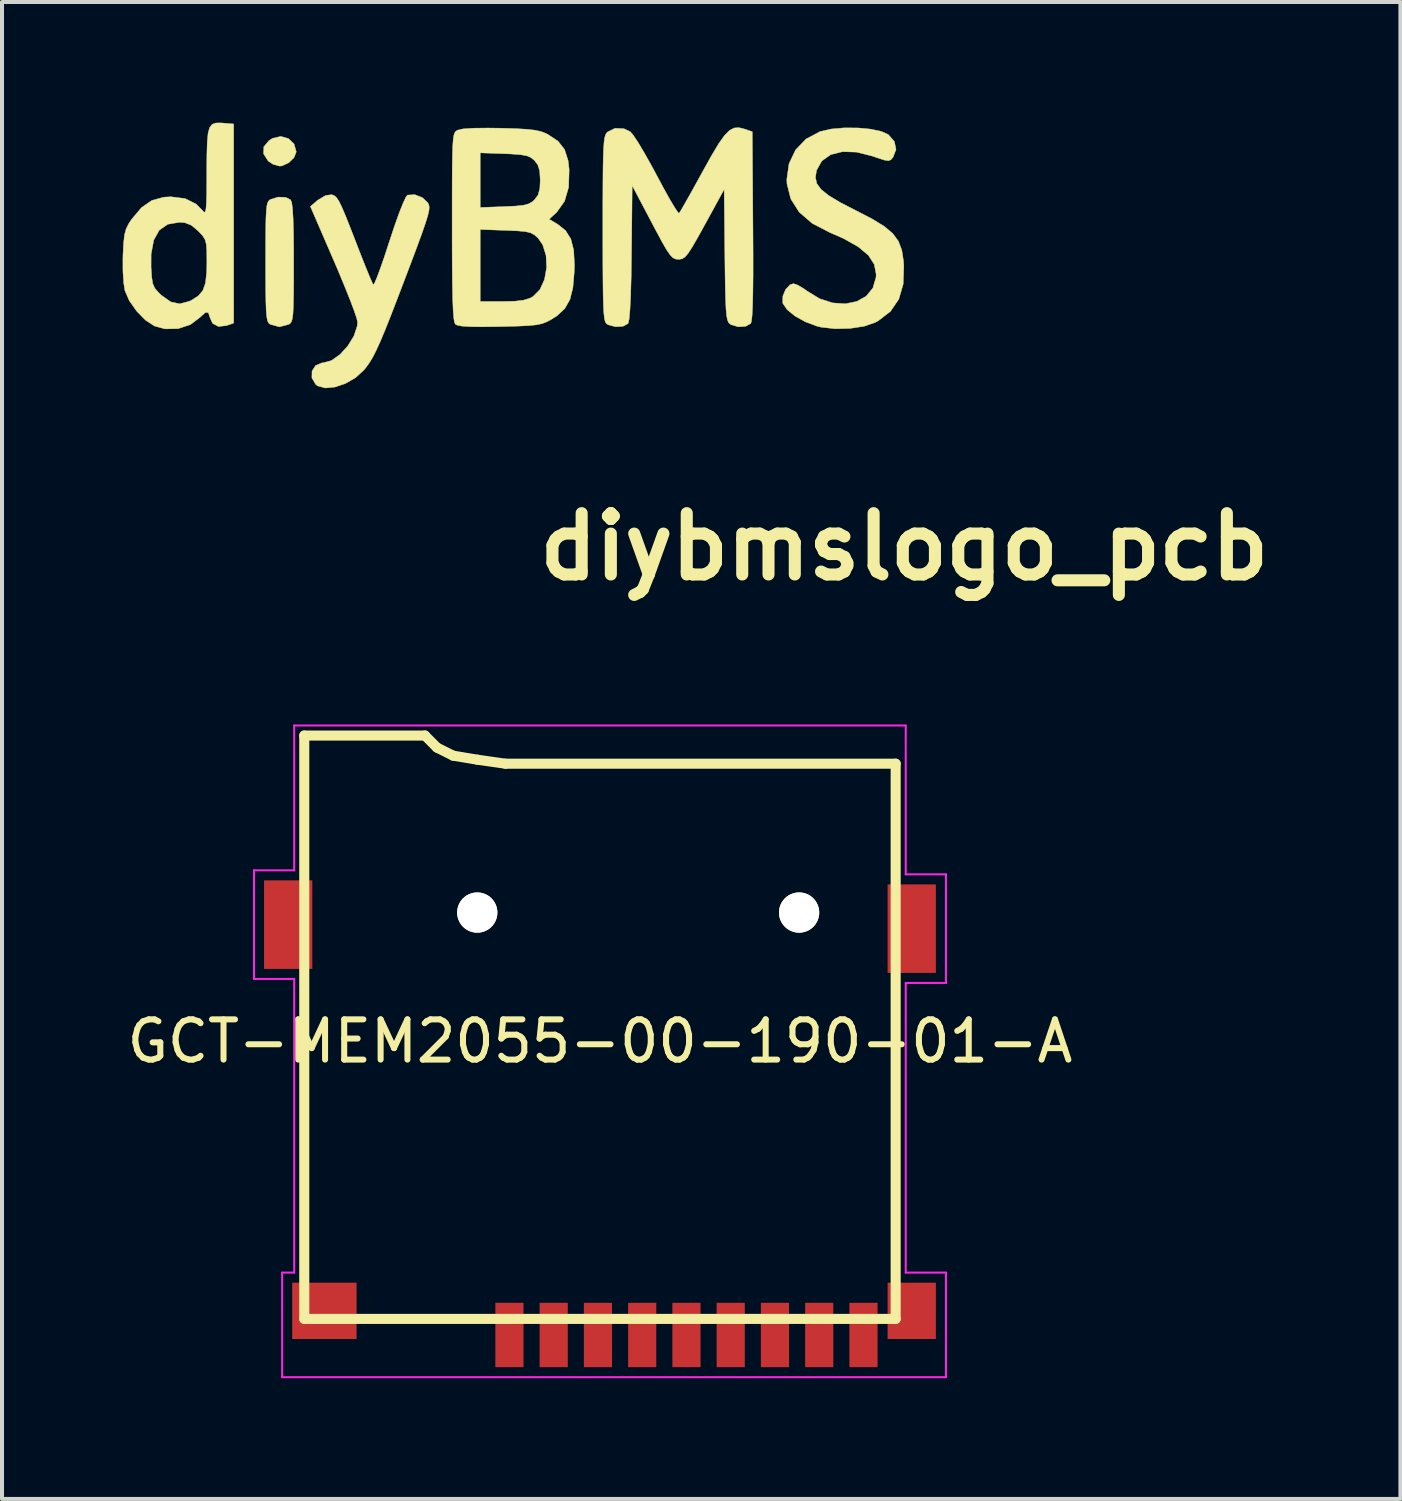
<source format=kicad_pcb>
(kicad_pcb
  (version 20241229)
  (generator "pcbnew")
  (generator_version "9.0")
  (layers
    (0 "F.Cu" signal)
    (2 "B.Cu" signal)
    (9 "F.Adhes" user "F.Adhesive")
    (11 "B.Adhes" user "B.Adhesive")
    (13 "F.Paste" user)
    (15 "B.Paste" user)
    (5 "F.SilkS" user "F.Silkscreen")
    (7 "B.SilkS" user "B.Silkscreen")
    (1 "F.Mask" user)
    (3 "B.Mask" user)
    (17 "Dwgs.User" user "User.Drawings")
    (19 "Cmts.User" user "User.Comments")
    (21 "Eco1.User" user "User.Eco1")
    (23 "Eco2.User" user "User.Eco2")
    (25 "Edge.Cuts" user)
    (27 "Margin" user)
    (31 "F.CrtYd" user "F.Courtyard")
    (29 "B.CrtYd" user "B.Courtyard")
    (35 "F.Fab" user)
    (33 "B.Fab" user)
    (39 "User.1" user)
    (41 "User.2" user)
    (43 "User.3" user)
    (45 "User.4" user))
  (footprint "GCT-MEM2055-00-190-01-A"
    (layer "F.Cu")
    (at 11.863 30.933)
    (property "Reference" "GCT-MEM2055-00-190-01-A" (at 0 -8.1 0) (layer "F.SilkS") (effects (font (size 1 1) (thickness 0.15))))
    (attr through_hole)
    (fp_line (start -7.35 -15.7) (end -7.35 -1.2) (stroke (width 0.25) (type solid)) (layer "F.SilkS"))
    (fp_line (start -4.35 -15.7) (end -7.35 -15.7) (stroke (width 0.25) (type solid)) (layer "F.SilkS"))
    (fp_line (start -4.05 -15.4) (end -4.35 -15.7) (stroke (width 0.25) (type solid)) (layer "F.SilkS"))
    (fp_line (start -3.65 -15.2) (end -4.05 -15.4) (stroke (width 0.25) (type solid)) (layer "F.SilkS"))
    (fp_line (start -3.05 -15.1) (end -3.65 -15.2) (stroke (width 0.25) (type solid)) (layer "F.SilkS"))
    (fp_line (start -2.35 -15) (end -3.05 -15.1) (stroke (width 0.25) (type solid)) (layer "F.SilkS"))
    (fp_line (start 7.35 -15) (end -2.35 -15) (stroke (width 0.25) (type solid)) (layer "F.SilkS"))
    (fp_line (start 7.35 -1.2) (end -7.35 -1.2) (stroke (width 0.25) (type solid)) (layer "F.SilkS"))
    (fp_line (start 7.35 -1.2) (end 7.35 -15) (stroke (width 0.25) (type solid)) (layer "F.SilkS"))
    (fp_line (start -8.6 -12.35) (end -8.6 -9.65) (stroke (width 0.05) (type solid)) (layer "F.CrtYd"))
    (fp_line (start -8.6 -12.35) (end -7.6 -12.35) (stroke (width 0.05) (type solid)) (layer "F.CrtYd"))
    (fp_line (start -8.6 -9.65) (end -7.6 -9.65) (stroke (width 0.05) (type solid)) (layer "F.CrtYd"))
    (fp_line (start -7.9 -2.35) (end -7.9 0.25) (stroke (width 0.05) (type solid)) (layer "F.CrtYd"))
    (fp_line (start -7.9 0.25) (end 8.6 0.25) (stroke (width 0.05) (type solid)) (layer "F.CrtYd"))
    (fp_line (start -7.6 -15.95) (end 7.6 -15.95) (stroke (width 0.05) (type solid)) (layer "F.CrtYd"))
    (fp_line (start -7.6 -12.35) (end -7.6 -15.95) (stroke (width 0.05) (type solid)) (layer "F.CrtYd"))
    (fp_line (start -7.6 -9.65) (end -7.6 -2.35) (stroke (width 0.05) (type solid)) (layer "F.CrtYd"))
    (fp_line (start -7.6 -2.35) (end -7.9 -2.35) (stroke (width 0.05) (type solid)) (layer "F.CrtYd"))
    (fp_line (start 7.6 -15.95) (end 7.6 -12.25) (stroke (width 0.05) (type solid)) (layer "F.CrtYd"))
    (fp_line (start 7.6 -12.25) (end 8.6 -12.25) (stroke (width 0.05) (type solid)) (layer "F.CrtYd"))
    (fp_line (start 7.6 -9.55) (end 7.6 -2.35) (stroke (width 0.05) (type solid)) (layer "F.CrtYd"))
    (fp_line (start 7.6 -9.55) (end 8.6 -9.55) (stroke (width 0.05) (type solid)) (layer "F.CrtYd"))
    (fp_line (start 7.6 -2.35) (end 8.6 -2.35) (stroke (width 0.05) (type solid)) (layer "F.CrtYd"))
    (fp_line (start 8.6 -12.25) (end 8.6 -9.55) (stroke (width 0.05) (type solid)) (layer "F.CrtYd"))
    (fp_line (start 8.6 -2.35) (end 8.6 0.25) (stroke (width 0.05) (type solid)) (layer "F.CrtYd"))
    (pad "" smd rect (at -6.85 -1.4) (size 1.6 1.4) (layers "F.Cu" "F.Mask" "F.Paste"))
    (pad "" np_thru_hole circle (at -3.05 -11.3 180) (size 1 1) (drill 1) (layers "*.Cu" "*.Mask" "F.SilkS"))
    (pad "" np_thru_hole circle (at 4.95 -11.3 180) (size 1 1) (drill 1) (layers "*.Cu" "*.Mask" "F.SilkS"))
    (pad "" smd rect (at 7.75 -10.9 180) (size 1.2 2.2) (layers "F.Cu" "F.Mask" "F.Paste"))
    (pad "1" smd rect (at -2.25 -0.8) (size 0.7 1.6) (layers "F.Cu" "F.Mask" "F.Paste"))
    (pad "2" smd rect (at -1.15 -0.8) (size 0.7 1.6) (layers "F.Cu" "F.Mask" "F.Paste"))
    (pad "3" smd rect (at -0.05 -0.8) (size 0.7 1.6) (layers "F.Cu" "F.Mask" "F.Paste"))
    (pad "4" smd rect (at 1.05 -0.8) (size 0.7 1.6) (layers "F.Cu" "F.Mask" "F.Paste"))
    (pad "5" smd rect (at 2.15 -0.8) (size 0.7 1.6) (layers "F.Cu" "F.Mask" "F.Paste"))
    (pad "6" smd rect (at 3.25 -0.8) (size 0.7 1.6) (layers "F.Cu" "F.Mask" "F.Paste"))
    (pad "7" smd rect (at 4.35 -0.8) (size 0.7 1.6) (layers "F.Cu" "F.Mask" "F.Paste"))
    (pad "8" smd rect (at 5.45 -0.8) (size 0.7 1.6) (layers "F.Cu" "F.Mask" "F.Paste"))
    (pad "9" smd rect (at 6.55 -0.8) (size 0.7 1.6) (layers "F.Cu" "F.Mask" "F.Paste"))
    (pad "10" smd rect (at 7.75 -1.4) (size 1.2 1.4) (layers "F.Cu" "F.Mask" "F.Paste"))
    (pad "~" smd rect (at -7.75 -11 180) (size 1.2 2.2) (layers "F.Cu" "F.Mask" "F.Paste")))
  (footprint "diybmslogo_pcb"
    (layer "F.Cu")
    (at 19.427 10.54)
    (property "Reference" "diybmslogo_pcb" (at 0 0 0) (layer "F.SilkS") (effects (font (size 1.524 1.524) (thickness 0.3))))
    (attr through_hole)
    (fp_poly (pts (xy -15.308 -10.146) (xy -15.168 -10.012) (xy -15.113 -9.817) (xy -15.113 -9.815) (xy -15.168 -9.673) (xy -15.3 -9.544) (xy -15.466 -9.468) (xy -15.526 -9.461) (xy -15.69 -9.506) (xy -15.812 -9.588) (xy -15.927 -9.769) (xy -15.919 -9.943) (xy -15.789 -10.098) (xy -15.702 -10.152) (xy -15.498 -10.2) (xy -15.308 -10.146)) (stroke (width 0.01) (type solid)) (fill yes) (layer "F.SilkS"))
    (fp_poly (pts (xy -15.37 -8.683) (xy -15.253 -8.623) (xy -15.226 -8.553) (xy -15.205 -8.398) (xy -15.191 -8.147) (xy -15.181 -7.793) (xy -15.177 -7.324) (xy -15.177 -7.07) (xy -15.177 -6.598) (xy -15.18 -6.238) (xy -15.185 -5.973) (xy -15.195 -5.788) (xy -15.211 -5.666) (xy -15.234 -5.592) (xy -15.265 -5.55) (xy -15.299 -5.527) (xy -15.533 -5.466) (xy -15.76 -5.528) (xy -15.764 -5.53) (xy -15.799 -5.56) (xy -15.826 -5.615) (xy -15.846 -5.71) (xy -15.86 -5.862) (xy -15.868 -6.084) (xy -15.873 -6.394) (xy -15.875 -6.807) (xy -15.875 -7.081) (xy -15.874 -7.554) (xy -15.872 -7.916) (xy -15.866 -8.182) (xy -15.856 -8.369) (xy -15.841 -8.492) (xy -15.818 -8.567) (xy -15.788 -8.61) (xy -15.752 -8.634) (xy -15.56 -8.692) (xy -15.37 -8.683)) (stroke (width 0.01) (type solid)) (fill yes) (layer "F.SilkS"))
    (fp_poly (pts (xy -11.976 -8.677) (xy -11.845 -8.553) (xy -11.819 -8.503) (xy -11.808 -8.441) (xy -11.815 -8.353) (xy -11.846 -8.223) (xy -11.903 -8.039) (xy -11.991 -7.786) (xy -12.114 -7.449) (xy -12.277 -7.015) (xy -12.374 -6.76) (xy -12.587 -6.201) (xy -12.762 -5.747) (xy -12.906 -5.385) (xy -13.025 -5.101) (xy -13.126 -4.88) (xy -13.213 -4.709) (xy -13.295 -4.574) (xy -13.376 -4.461) (xy -13.429 -4.395) (xy -13.639 -4.202) (xy -13.89 -4.057) (xy -14.151 -3.969) (xy -14.392 -3.946) (xy -14.582 -3.998) (xy -14.632 -4.037) (xy -14.725 -4.199) (xy -14.721 -4.367) (xy -14.633 -4.504) (xy -14.475 -4.57) (xy -14.443 -4.572) (xy -14.238 -4.628) (xy -14.026 -4.778) (xy -13.832 -4.991) (xy -13.68 -5.238) (xy -13.597 -5.488) (xy -13.589 -5.586) (xy -13.613 -5.688) (xy -13.682 -5.889) (xy -13.788 -6.168) (xy -13.924 -6.506) (xy -14.082 -6.886) (xy -14.175 -7.102) (xy -14.762 -8.458) (xy -14.581 -8.614) (xy -14.386 -8.73) (xy -14.238 -8.751) (xy -14.178 -8.734) (xy -14.121 -8.69) (xy -14.059 -8.601) (xy -13.985 -8.453) (xy -13.889 -8.228) (xy -13.763 -7.911) (xy -13.658 -7.641) (xy -13.523 -7.292) (xy -13.401 -6.985) (xy -13.301 -6.739) (xy -13.23 -6.574) (xy -13.198 -6.509) (xy -13.167 -6.553) (xy -13.104 -6.701) (xy -13.018 -6.933) (xy -12.914 -7.233) (xy -12.8 -7.583) (xy -12.798 -7.587) (xy -12.67 -7.974) (xy -12.554 -8.299) (xy -12.456 -8.546) (xy -12.383 -8.698) (xy -12.348 -8.741) (xy -12.166 -8.752) (xy -11.976 -8.677)) (stroke (width 0.01) (type solid)) (fill yes) (layer "F.SilkS"))
    (fp_poly (pts (xy -1.153 -10.41) (xy -0.833 -10.38) (xy -0.568 -10.323) (xy -0.398 -10.246) (xy -0.246 -10.072) (xy -0.205 -9.875) (xy -0.277 -9.686) (xy -0.329 -9.622) (xy -0.389 -9.596) (xy -0.487 -9.609) (xy -0.655 -9.662) (xy -0.79 -9.709) (xy -1.185 -9.809) (xy -1.536 -9.82) (xy -1.829 -9.746) (xy -2.049 -9.59) (xy -2.18 -9.357) (xy -2.182 -9.348) (xy -2.208 -9.179) (xy -2.174 -9.027) (xy -2.067 -8.881) (xy -1.876 -8.728) (xy -1.589 -8.556) (xy -1.207 -8.359) (xy -0.801 -8.15) (xy -0.499 -7.965) (xy -0.286 -7.786) (xy -0.146 -7.595) (xy -0.062 -7.375) (xy -0.02 -7.107) (xy -0.011 -6.988) (xy -0.027 -6.529) (xy -0.136 -6.153) (xy -0.342 -5.851) (xy -0.648 -5.615) (xy -0.722 -5.575) (xy -0.999 -5.48) (xy -1.348 -5.427) (xy -1.721 -5.418) (xy -2.068 -5.458) (xy -2.171 -5.483) (xy -2.458 -5.59) (xy -2.715 -5.733) (xy -2.911 -5.893) (xy -3.017 -6.047) (xy -3.022 -6.065) (xy -3.018 -6.231) (xy -2.949 -6.396) (xy -2.84 -6.512) (xy -2.754 -6.54) (xy -2.646 -6.503) (xy -2.49 -6.41) (xy -2.422 -6.36) (xy -2.105 -6.166) (xy -1.779 -6.061) (xy -1.464 -6.039) (xy -1.18 -6.097) (xy -0.945 -6.229) (xy -0.78 -6.431) (xy -0.702 -6.699) (xy -0.699 -6.775) (xy -0.746 -7.019) (xy -0.891 -7.243) (xy -1.143 -7.455) (xy -1.508 -7.661) (xy -1.857 -7.814) (xy -2.288 -8.038) (xy -2.611 -8.316) (xy -2.821 -8.645) (xy -2.915 -9.02) (xy -2.92 -9.13) (xy -2.864 -9.524) (xy -2.701 -9.865) (xy -2.442 -10.135) (xy -2.099 -10.317) (xy -2.079 -10.324) (xy -1.812 -10.384) (xy -1.492 -10.412) (xy -1.153 -10.41)) (stroke (width 0.01) (type solid)) (fill yes) (layer "F.SilkS"))
    (fp_poly (pts (xy -16.911 -10.529) (xy -16.669 -10.509) (xy -16.669 -5.559) (xy -16.847 -5.497) (xy -17.048 -5.474) (xy -17.194 -5.553) (xy -17.261 -5.706) (xy -17.299 -5.82) (xy -17.374 -5.822) (xy -17.495 -5.712) (xy -17.5 -5.706) (xy -17.745 -5.521) (xy -18.05 -5.421) (xy -18.377 -5.415) (xy -18.637 -5.486) (xy -18.861 -5.632) (xy -19.082 -5.858) (xy -19.265 -6.119) (xy -19.371 -6.362) (xy -19.403 -6.562) (xy -19.421 -6.844) (xy -19.422 -6.949) (xy -18.722 -6.949) (xy -18.706 -6.699) (xy -18.679 -6.536) (xy -18.627 -6.422) (xy -18.534 -6.316) (xy -18.462 -6.248) (xy -18.231 -6.085) (xy -18.009 -6.038) (xy -17.767 -6.103) (xy -17.717 -6.127) (xy -17.547 -6.236) (xy -17.435 -6.369) (xy -17.37 -6.554) (xy -17.34 -6.819) (xy -17.335 -7.069) (xy -17.337 -7.34) (xy -17.349 -7.518) (xy -17.381 -7.637) (xy -17.442 -7.733) (xy -17.541 -7.839) (xy -17.551 -7.849) (xy -17.721 -7.992) (xy -17.883 -8.055) (xy -18.019 -8.065) (xy -18.306 -8.016) (xy -18.518 -7.869) (xy -18.656 -7.622) (xy -18.721 -7.273) (xy -18.722 -6.949) (xy -19.422 -6.949) (xy -19.422 -7.165) (xy -19.42 -7.252) (xy -19.405 -7.548) (xy -19.382 -7.752) (xy -19.342 -7.9) (xy -19.278 -8.03) (xy -19.204 -8.141) (xy -18.96 -8.43) (xy -18.703 -8.608) (xy -18.406 -8.689) (xy -18.231 -8.699) (xy -17.877 -8.655) (xy -17.601 -8.518) (xy -17.432 -8.345) (xy -17.398 -8.313) (xy -17.374 -8.327) (xy -17.357 -8.404) (xy -17.346 -8.558) (xy -17.34 -8.803) (xy -17.338 -9.156) (xy -17.338 -9.311) (xy -17.335 -9.739) (xy -17.326 -10.055) (xy -17.305 -10.277) (xy -17.266 -10.42) (xy -17.204 -10.5) (xy -17.112 -10.533) (xy -16.986 -10.535) (xy -16.911 -10.529)) (stroke (width 0.01) (type solid)) (fill yes) (layer "F.SilkS"))
    (fp_poly (pts (xy -3.971 -10.383) (xy -3.953 -10.377) (xy -3.778 -10.316) (xy -3.762 -7.975) (xy -3.758 -7.301) (xy -3.758 -6.747) (xy -3.763 -6.306) (xy -3.771 -5.972) (xy -3.783 -5.739) (xy -3.8 -5.598) (xy -3.817 -5.548) (xy -3.946 -5.477) (xy -4.128 -5.467) (xy -4.301 -5.518) (xy -4.337 -5.54) (xy -4.37 -5.577) (xy -4.396 -5.641) (xy -4.416 -5.748) (xy -4.431 -5.912) (xy -4.442 -6.149) (xy -4.45 -6.473) (xy -4.456 -6.9) (xy -4.46 -7.251) (xy -4.477 -8.883) (xy -4.953 -8.013) (xy -5.136 -7.683) (xy -5.271 -7.449) (xy -5.372 -7.294) (xy -5.45 -7.202) (xy -5.519 -7.158) (xy -5.589 -7.144) (xy -5.613 -7.144) (xy -5.685 -7.151) (xy -5.75 -7.182) (xy -5.821 -7.254) (xy -5.909 -7.383) (xy -6.025 -7.585) (xy -6.181 -7.875) (xy -6.279 -8.061) (xy -6.763 -8.979) (xy -6.78 -7.305) (xy -6.788 -6.709) (xy -6.801 -6.234) (xy -6.819 -5.881) (xy -6.84 -5.652) (xy -6.865 -5.548) (xy -6.867 -5.546) (xy -6.993 -5.479) (xy -7.175 -5.468) (xy -7.356 -5.516) (xy -7.382 -5.53) (xy -7.411 -5.554) (xy -7.435 -5.599) (xy -7.453 -5.677) (xy -7.467 -5.8) (xy -7.478 -5.981) (xy -7.485 -6.232) (xy -7.489 -6.565) (xy -7.492 -6.993) (xy -7.493 -7.528) (xy -7.493 -7.899) (xy -7.493 -8.503) (xy -7.491 -8.993) (xy -7.488 -9.381) (xy -7.483 -9.68) (xy -7.474 -9.903) (xy -7.462 -10.062) (xy -7.446 -10.171) (xy -7.425 -10.241) (xy -7.399 -10.286) (xy -7.377 -10.309) (xy -7.188 -10.402) (xy -6.967 -10.391) (xy -6.81 -10.316) (xy -6.736 -10.229) (xy -6.617 -10.05) (xy -6.466 -9.798) (xy -6.295 -9.495) (xy -6.154 -9.233) (xy -5.985 -8.917) (xy -5.835 -8.647) (xy -5.713 -8.442) (xy -5.63 -8.317) (xy -5.598 -8.288) (xy -5.556 -8.354) (xy -5.464 -8.513) (xy -5.332 -8.746) (xy -5.171 -9.036) (xy -5.013 -9.323) (xy -4.792 -9.72) (xy -4.616 -10.015) (xy -4.471 -10.22) (xy -4.346 -10.347) (xy -4.229 -10.409) (xy -4.108 -10.417) (xy -3.971 -10.383)) (stroke (width 0.01) (type solid)) (fill yes) (layer "F.SilkS"))
    (fp_poly (pts (xy -10.042 -10.404) (xy -9.661 -10.393) (xy -9.382 -10.377) (xy -9.18 -10.354) (xy -9.03 -10.321) (xy -8.907 -10.273) (xy -8.862 -10.251) (xy -8.606 -10.081) (xy -8.444 -9.874) (xy -8.356 -9.599) (xy -8.33 -9.372) (xy -8.343 -8.936) (xy -8.444 -8.588) (xy -8.634 -8.321) (xy -8.646 -8.309) (xy -8.827 -8.141) (xy -8.616 -8.016) (xy -8.419 -7.86) (xy -8.289 -7.652) (xy -8.217 -7.371) (xy -8.198 -6.998) (xy -8.203 -6.831) (xy -8.237 -6.439) (xy -8.311 -6.144) (xy -8.437 -5.922) (xy -8.627 -5.744) (xy -8.776 -5.649) (xy -8.888 -5.59) (xy -8.999 -5.547) (xy -9.134 -5.517) (xy -9.317 -5.498) (xy -9.571 -5.485) (xy -9.92 -5.475) (xy -10.065 -5.472) (xy -10.48 -5.467) (xy -10.783 -5.47) (xy -10.989 -5.483) (xy -11.112 -5.506) (xy -11.16 -5.533) (xy -11.182 -5.585) (xy -11.2 -5.701) (xy -11.214 -5.89) (xy -11.222 -6.096) (xy -10.541 -6.096) (xy -9.985 -6.096) (xy -9.68 -6.103) (xy -9.466 -6.128) (xy -9.31 -6.176) (xy -9.23 -6.218) (xy -9.056 -6.393) (xy -8.942 -6.645) (xy -8.89 -6.938) (xy -8.904 -7.237) (xy -8.987 -7.506) (xy -9.103 -7.672) (xy -9.191 -7.75) (xy -9.285 -7.802) (xy -9.414 -7.833) (xy -9.611 -7.851) (xy -9.903 -7.864) (xy -9.907 -7.864) (xy -10.541 -7.886) (xy -10.541 -6.096) (xy -11.222 -6.096) (xy -11.225 -6.162) (xy -11.232 -6.526) (xy -11.237 -6.992) (xy -11.239 -7.569) (xy -11.239 -7.948) (xy -11.239 -8.433) (xy -10.541 -8.433) (xy -9.939 -8.455) (xy -9.648 -8.469) (xy -9.454 -8.491) (xy -9.327 -8.527) (xy -9.235 -8.583) (xy -9.193 -8.622) (xy -9.102 -8.744) (xy -9.059 -8.902) (xy -9.049 -9.112) (xy -9.062 -9.343) (xy -9.11 -9.495) (xy -9.193 -9.603) (xy -9.278 -9.672) (xy -9.383 -9.718) (xy -9.54 -9.745) (xy -9.778 -9.763) (xy -9.939 -9.769) (xy -10.541 -9.791) (xy -10.541 -8.433) (xy -11.239 -8.433) (xy -11.239 -8.554) (xy -11.238 -9.045) (xy -11.236 -9.434) (xy -11.231 -9.733) (xy -11.224 -9.955) (xy -11.213 -10.113) (xy -11.198 -10.219) (xy -11.178 -10.284) (xy -11.152 -10.323) (xy -11.12 -10.346) (xy -11.106 -10.354) (xy -10.972 -10.386) (xy -10.717 -10.404) (xy -10.347 -10.408) (xy -10.042 -10.404)) (stroke (width 0.01) (type solid)) (fill yes) (layer "F.SilkS")))
  (gr_rect
    (start -3 -3)
    (end 31.76 34.208)
    (stroke (width 0.1) (type default))
    (fill no)
    (layer "Edge.Cuts")))
</source>
